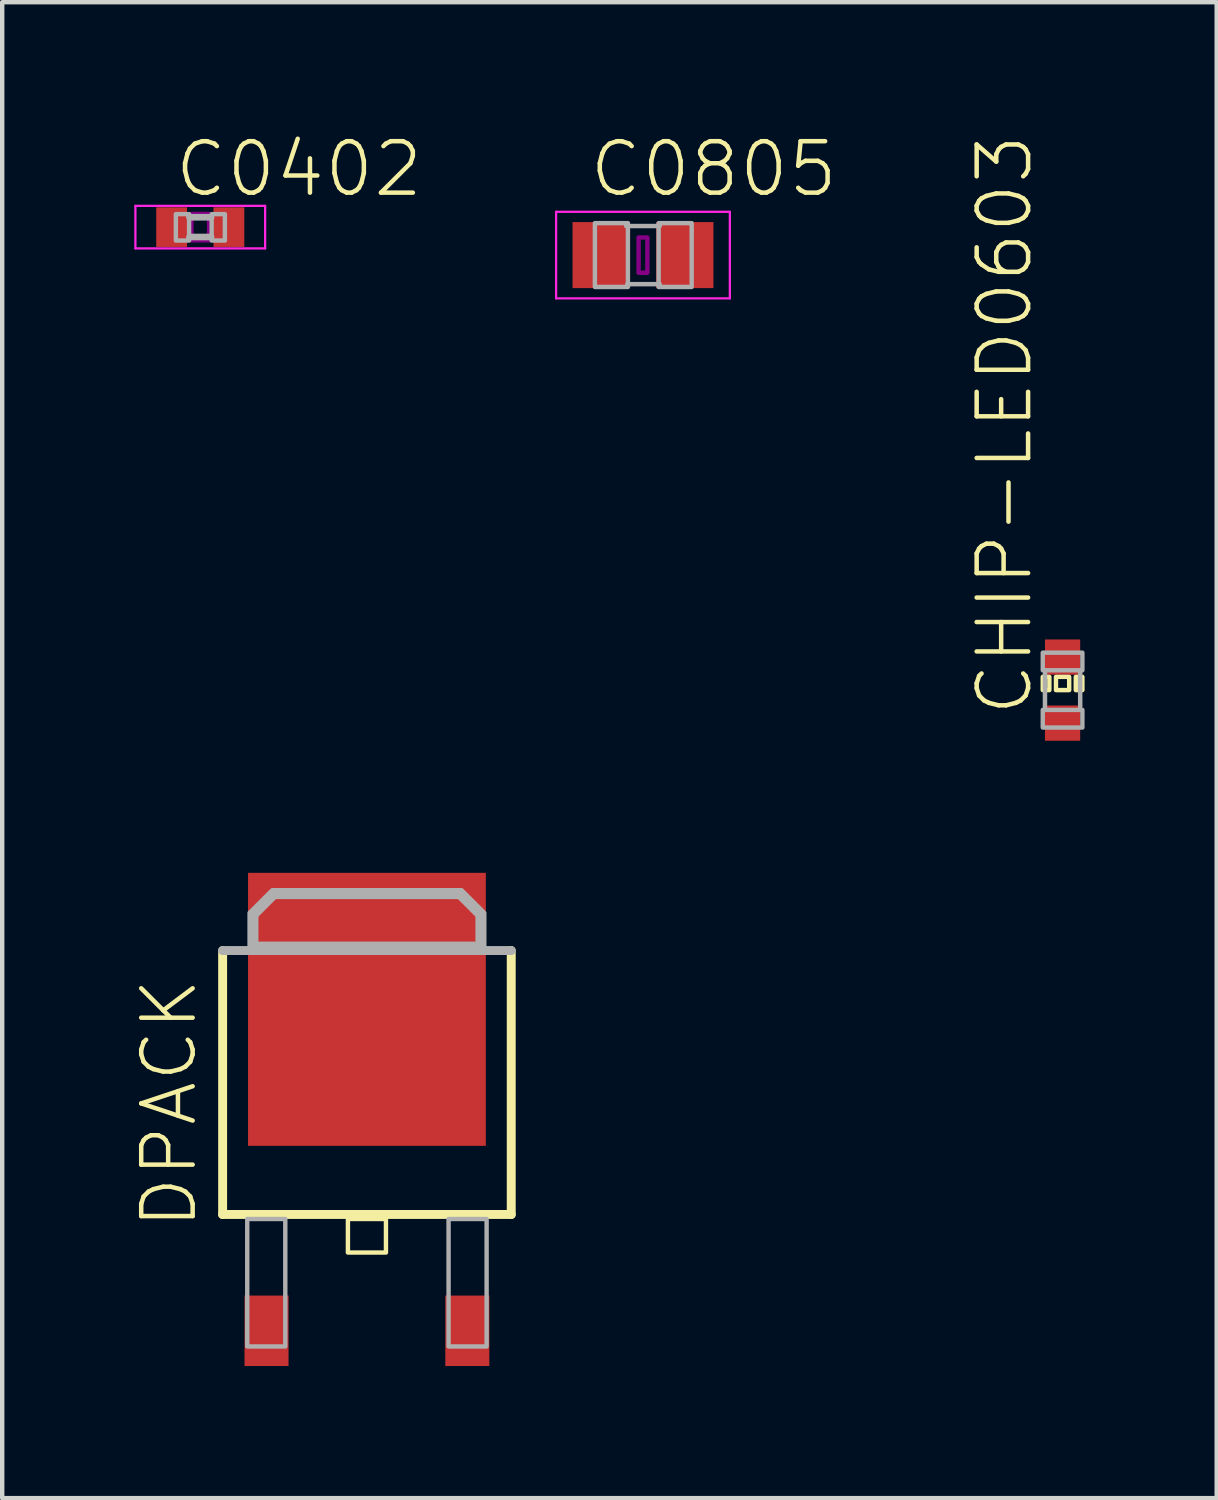
<source format=kicad_pcb>
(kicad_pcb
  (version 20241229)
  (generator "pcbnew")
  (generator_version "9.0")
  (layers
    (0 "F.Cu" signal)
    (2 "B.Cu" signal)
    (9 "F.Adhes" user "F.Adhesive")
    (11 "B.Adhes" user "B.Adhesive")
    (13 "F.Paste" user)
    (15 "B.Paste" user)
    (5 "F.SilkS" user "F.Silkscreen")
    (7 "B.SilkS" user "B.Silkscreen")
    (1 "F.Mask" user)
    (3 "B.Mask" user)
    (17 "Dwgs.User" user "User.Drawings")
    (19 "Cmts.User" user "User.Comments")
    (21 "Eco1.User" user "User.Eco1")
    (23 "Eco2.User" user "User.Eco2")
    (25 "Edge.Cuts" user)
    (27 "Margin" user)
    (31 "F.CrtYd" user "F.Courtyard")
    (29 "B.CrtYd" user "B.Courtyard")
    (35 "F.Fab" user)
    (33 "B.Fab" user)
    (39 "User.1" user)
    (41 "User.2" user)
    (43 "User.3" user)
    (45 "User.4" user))
  (footprint "CHIP-LED0603"
    (layer "F.Cu")
    (at 21.081 12.622)
    (property "Reference" "CHIP-LED0603" (at -0.635 0.635 90) (layer "F.SilkS") (effects (font (size 1.168 1.168) (thickness 0.102)) (justify left bottom)))
    (fp_poly (pts (xy -0.45 0) (xy -0.3 0) (xy -0.3 -0.3) (xy -0.45 -0.3)) (stroke (width 0.1) (type solid)) (fill no) (layer "F.SilkS"))
    (fp_poly (pts (xy -0.15 0) (xy 0.15 0) (xy 0.15 -0.3) (xy -0.15 -0.3)) (stroke (width 0.1) (type solid)) (fill no) (layer "F.SilkS"))
    (fp_poly (pts (xy 0.3 0) (xy 0.45 0) (xy 0.45 -0.3) (xy 0.3 -0.3)) (stroke (width 0.1) (type solid)) (fill no) (layer "F.SilkS"))
    (fp_line (start -0.4 -0.45) (end -0.4 0.45) (stroke (width 0.102) (type solid)) (layer "F.Fab"))
    (fp_line (start 0.4 -0.45) (end 0.4 0.45) (stroke (width 0.102) (type solid)) (layer "F.Fab"))
    (fp_poly (pts (xy -0.45 -0.45) (xy 0.45 -0.45) (xy 0.45 -0.85) (xy -0.45 -0.85)) (stroke (width 0.1) (type solid)) (fill no) (layer "F.Fab"))
    (fp_poly (pts (xy -0.45 0.85) (xy 0.45 0.85) (xy 0.45 0.45) (xy -0.45 0.45)) (stroke (width 0.1) (type solid)) (fill no) (layer "F.Fab"))
    (pad "A" smd rect (at 0 0.75) (size 0.8 0.8) (layers "F.Cu" "F.Mask" "F.Paste"))
    (pad "C" smd rect (at 0 -0.75) (size 0.8 0.8) (layers "F.Cu" "F.Mask" "F.Paste")))
  (footprint "C0805"
    (layer "F.Cu")
    (at 11.552 2.743)
    (property "Reference" "C0805" (at -1.27 -1.27 0) (layer "F.SilkS") (effects (font (size 1.168 1.168) (thickness 0.102)) (justify left bottom)))
    (fp_poly (pts (xy -0.1 0.4) (xy 0.1 0.4) (xy 0.1 -0.4) (xy -0.1 -0.4)) (stroke (width 0.1) (type solid)) (fill no) (layer "F.Adhes"))
    (fp_line (start -1.973 -0.983) (end 1.973 -0.983) (stroke (width 0.051) (type solid)) (layer "F.CrtYd"))
    (fp_line (start -1.973 0.983) (end -1.973 -0.983) (stroke (width 0.051) (type solid)) (layer "F.CrtYd"))
    (fp_line (start 1.973 -0.983) (end 1.973 0.983) (stroke (width 0.051) (type solid)) (layer "F.CrtYd"))
    (fp_line (start 1.973 0.983) (end -1.973 0.983) (stroke (width 0.051) (type solid)) (layer "F.CrtYd"))
    (fp_line (start -0.381 -0.66) (end 0.381 -0.66) (stroke (width 0.102) (type solid)) (layer "F.Fab"))
    (fp_line (start -0.356 0.66) (end 0.381 0.66) (stroke (width 0.102) (type solid)) (layer "F.Fab"))
    (fp_poly (pts (xy -1.092 0.724) (xy -0.342 0.724) (xy -0.342 -0.726) (xy -1.092 -0.726)) (stroke (width 0.1) (type solid)) (fill no) (layer "F.Fab"))
    (fp_poly (pts (xy 0.356 0.724) (xy 1.106 0.724) (xy 1.106 -0.726) (xy 0.356 -0.726)) (stroke (width 0.1) (type solid)) (fill no) (layer "F.Fab"))
    (pad "1" smd rect (at -0.95 0) (size 1.3 1.5) (layers "F.Cu" "F.Mask" "F.Paste"))
    (pad "2" smd rect (at 0.95 0) (size 1.3 1.5) (layers "F.Cu" "F.Mask" "F.Paste")))
  (footprint "DPACK"
    (layer "F.Cu")
    (at 5.283 22.372)
    (property "Reference" "DPACK" (at -3.81 2.54 90) (layer "F.SilkS") (effects (font (size 1.168 1.168) (thickness 0.102)) (justify left bottom)))
    (fp_line (start -3.277 2.159) (end -3.277 -3.835) (stroke (width 0.203) (type solid)) (layer "F.SilkS"))
    (fp_line (start 3.277 -3.835) (end 3.277 2.159) (stroke (width 0.203) (type solid)) (layer "F.SilkS"))
    (fp_line (start 3.277 2.159) (end -3.277 2.159) (stroke (width 0.203) (type solid)) (layer "F.SilkS"))
    (fp_poly (pts (xy -0.432 3.023) (xy 0.432 3.023) (xy 0.432 2.261) (xy -0.432 2.261)) (stroke (width 0.1) (type solid)) (fill no) (layer "F.SilkS"))
    (fp_line (start -3.277 -3.835) (end 3.277 -3.835) (stroke (width 0.203) (type solid)) (layer "F.Fab"))
    (fp_line (start -2.565 -4.648) (end -2.108 -5.105) (stroke (width 0.203) (type solid)) (layer "F.Fab"))
    (fp_line (start -2.565 -3.937) (end -2.565 -4.648) (stroke (width 0.203) (type solid)) (layer "F.Fab"))
    (fp_line (start -2.108 -5.105) (end 2.108 -5.105) (stroke (width 0.203) (type solid)) (layer "F.Fab"))
    (fp_line (start 2.108 -5.105) (end 2.565 -4.648) (stroke (width 0.203) (type solid)) (layer "F.Fab"))
    (fp_line (start 2.565 -4.648) (end 2.565 -3.937) (stroke (width 0.203) (type solid)) (layer "F.Fab"))
    (fp_line (start 2.565 -3.937) (end -2.565 -3.937) (stroke (width 0.203) (type solid)) (layer "F.Fab"))
    (fp_poly (pts (xy -2.718 5.156) (xy -1.854 5.156) (xy -1.854 2.261) (xy -2.718 2.261)) (stroke (width 0.1) (type solid)) (fill no) (layer "F.Fab"))
    (fp_poly (pts (xy 1.854 5.156) (xy 2.718 5.156) (xy 2.718 2.261) (xy 1.854 2.261)) (stroke (width 0.1) (type solid)) (fill no) (layer "F.Fab"))
    (fp_poly (pts (xy 2.665 -4.69) (xy 2.665 -3.837) (xy -2.665 -3.837) (xy -2.665 -4.69) (xy -2.15 -5.205) (xy 2.15 -5.205)) (stroke (width 0.1) (type solid)) (fill no) (layer "F.Fab"))
    (pad "1" smd rect (at -2.28 4.8) (size 1 1.6) (layers "F.Cu" "F.Mask" "F.Paste"))
    (pad "2" smd rect (at 0 -2.5) (size 5.4 6.2) (layers "F.Cu" "F.Mask" "F.Paste"))
    (pad "3" smd rect (at 2.28 4.8) (size 1 1.6) (layers "F.Cu" "F.Mask" "F.Paste")))
  (footprint "C0402"
    (layer "F.Cu")
    (at 1.498 2.108)
    (property "Reference" "C0402" (at -0.635 -0.635 0) (layer "F.SilkS") (effects (font (size 1.168 1.168) (thickness 0.102)) (justify left bottom)))
    (fp_poly (pts (xy -0.2 0.3) (xy 0.2 0.3) (xy 0.2 -0.3) (xy -0.2 -0.3)) (stroke (width 0.1) (type solid)) (fill no) (layer "F.Adhes"))
    (fp_line (start -1.473 -0.483) (end 1.473 -0.483) (stroke (width 0.051) (type solid)) (layer "F.CrtYd"))
    (fp_line (start -1.473 0.483) (end -1.473 -0.483) (stroke (width 0.051) (type solid)) (layer "F.CrtYd"))
    (fp_line (start 1.473 -0.483) (end 1.473 0.483) (stroke (width 0.051) (type solid)) (layer "F.CrtYd"))
    (fp_line (start 1.473 0.483) (end -1.473 0.483) (stroke (width 0.051) (type solid)) (layer "F.CrtYd"))
    (fp_line (start -0.245 -0.224) (end 0.245 -0.224) (stroke (width 0.152) (type solid)) (layer "F.Fab"))
    (fp_line (start 0.245 0.224) (end -0.245 0.224) (stroke (width 0.152) (type solid)) (layer "F.Fab"))
    (fp_poly (pts (xy -0.554 0.305) (xy -0.254 0.305) (xy -0.254 -0.295) (xy -0.554 -0.295)) (stroke (width 0.1) (type solid)) (fill no) (layer "F.Fab"))
    (fp_poly (pts (xy 0.259 0.305) (xy 0.559 0.305) (xy 0.559 -0.295) (xy 0.259 -0.295)) (stroke (width 0.1) (type solid)) (fill no) (layer "F.Fab"))
    (pad "1" smd rect (at -0.65 0) (size 0.7 0.9) (layers "F.Cu" "F.Mask" "F.Paste"))
    (pad "2" smd rect (at 0.65 0) (size 0.7 0.9) (layers "F.Cu" "F.Mask" "F.Paste")))
  (gr_rect
    (start -3 -3)
    (end 24.581 30.972)
    (stroke (width 0.1) (type default))
    (fill no)
    (layer "Edge.Cuts")))
</source>
